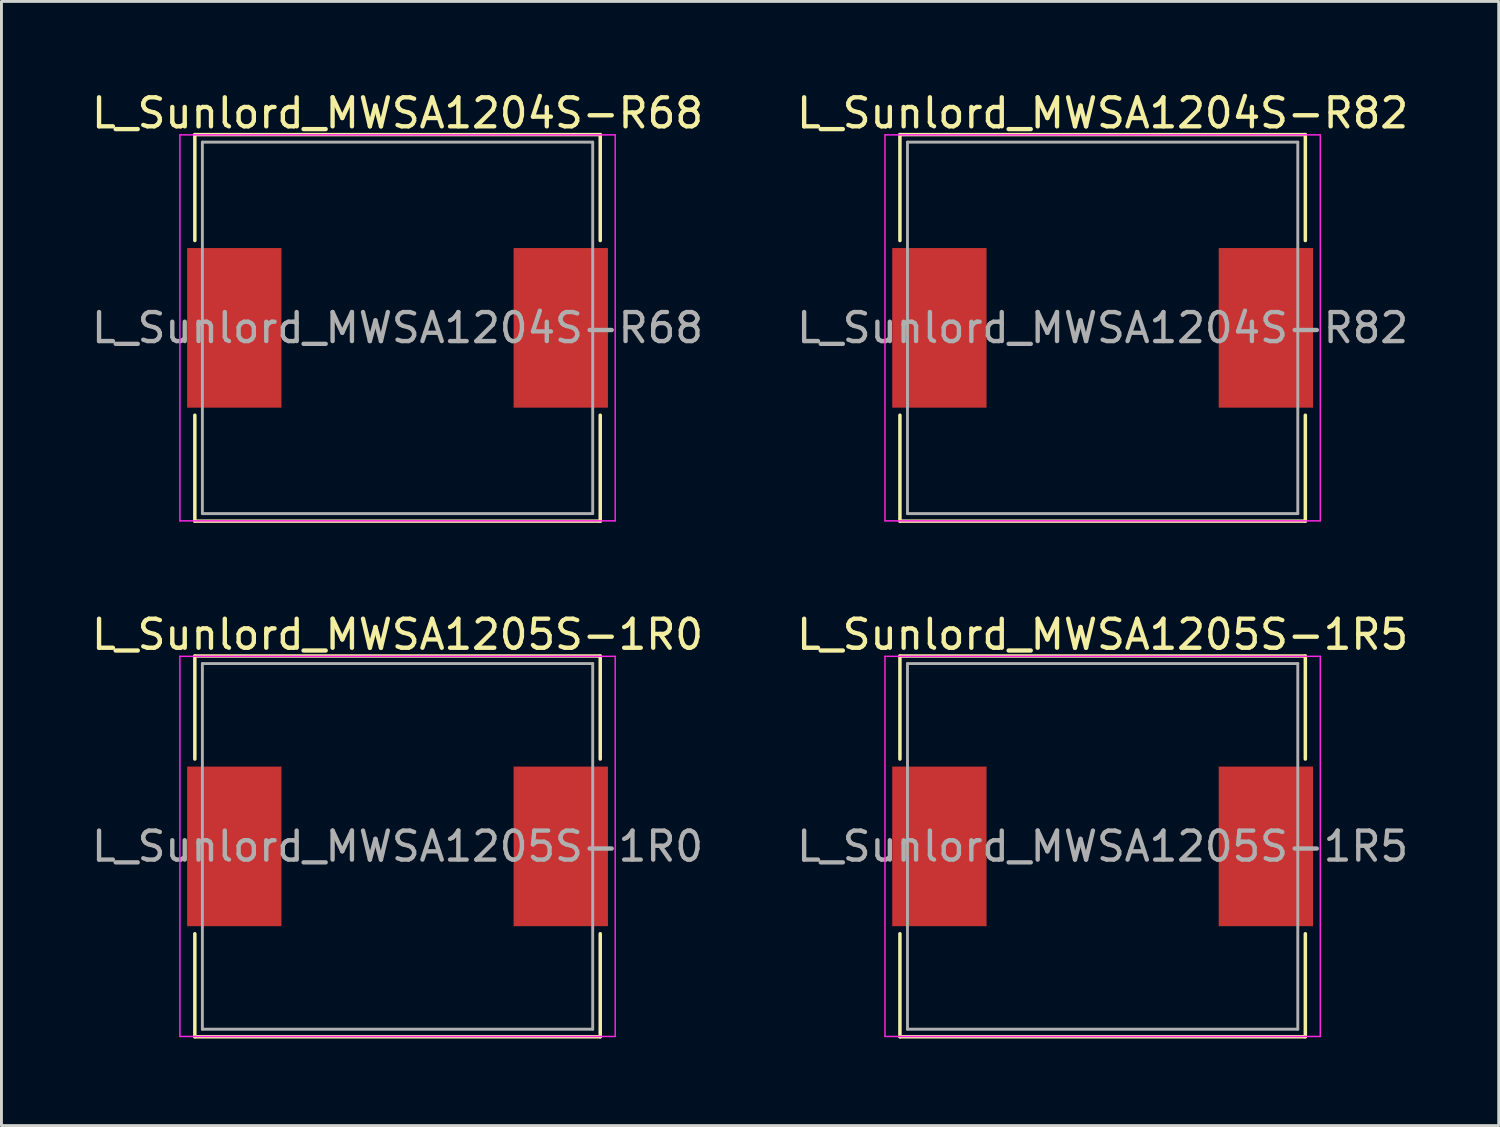
<source format=kicad_pcb>
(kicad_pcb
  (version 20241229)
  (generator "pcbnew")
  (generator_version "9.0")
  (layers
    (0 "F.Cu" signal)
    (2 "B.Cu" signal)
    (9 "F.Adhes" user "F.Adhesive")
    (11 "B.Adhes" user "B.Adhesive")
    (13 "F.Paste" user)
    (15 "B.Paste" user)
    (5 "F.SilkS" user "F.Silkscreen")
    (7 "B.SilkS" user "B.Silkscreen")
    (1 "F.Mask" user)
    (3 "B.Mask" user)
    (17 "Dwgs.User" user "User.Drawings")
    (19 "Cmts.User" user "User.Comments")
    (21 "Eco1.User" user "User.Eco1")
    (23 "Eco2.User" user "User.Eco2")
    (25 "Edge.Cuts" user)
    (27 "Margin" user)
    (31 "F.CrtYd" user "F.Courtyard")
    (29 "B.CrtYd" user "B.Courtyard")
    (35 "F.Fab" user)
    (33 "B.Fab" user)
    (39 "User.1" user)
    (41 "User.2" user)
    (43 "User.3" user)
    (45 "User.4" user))
  (footprint "L_Sunlord_MWSA1204S-R82"
    (layer "F.Cu")
    (at 34.946 8.248)
    (property "Reference" "L_Sunlord_MWSA1204S-R82" (at 0 -7.4 0) (layer "F.SilkS") (effects (font (size 1 1) (thickness 0.15))))
    (attr smd)
    (fp_line (start -6.985 -6.66) (end -6.985 -3.01) (stroke (width 0.12) (type solid)) (layer "F.SilkS"))
    (fp_line (start -6.985 -6.66) (end 6.985 -6.66) (stroke (width 0.12) (type solid)) (layer "F.SilkS"))
    (fp_line (start -6.985 6.66) (end -6.985 3.01) (stroke (width 0.12) (type solid)) (layer "F.SilkS"))
    (fp_line (start -6.985 6.66) (end 6.985 6.66) (stroke (width 0.12) (type solid)) (layer "F.SilkS"))
    (fp_line (start 6.985 -6.66) (end 6.985 -3.01) (stroke (width 0.12) (type solid)) (layer "F.SilkS"))
    (fp_line (start 6.985 6.66) (end 6.985 3.01) (stroke (width 0.12) (type solid)) (layer "F.SilkS"))
    (fp_line (start -7.5 -6.65) (end -7.5 6.65) (stroke (width 0.05) (type solid)) (layer "F.CrtYd"))
    (fp_line (start -7.5 6.65) (end 7.5 6.65) (stroke (width 0.05) (type solid)) (layer "F.CrtYd"))
    (fp_line (start 7.5 -6.65) (end -7.5 -6.65) (stroke (width 0.05) (type solid)) (layer "F.CrtYd"))
    (fp_line (start 7.5 6.65) (end 7.5 -6.65) (stroke (width 0.05) (type solid)) (layer "F.CrtYd"))
    (fp_line (start -6.725 -6.4) (end -6.725 6.4) (stroke (width 0.1) (type solid)) (layer "F.Fab"))
    (fp_line (start -6.725 6.4) (end 6.725 6.4) (stroke (width 0.1) (type solid)) (layer "F.Fab"))
    (fp_line (start 6.725 -6.4) (end -6.725 -6.4) (stroke (width 0.1) (type solid)) (layer "F.Fab"))
    (fp_line (start 6.725 6.4) (end 6.725 -6.4) (stroke (width 0.1) (type solid)) (layer "F.Fab"))
    (fp_text user "${REFERENCE}" (at 0 0 0) (layer "F.Fab") (effects (font (size 1 1) (thickness 0.15))))
    (pad "1" smd rect (at -5.625 0) (size 3.25 5.5) (layers "F.Cu" "F.Mask" "F.Paste"))
    (pad "2" smd rect (at 5.625 0) (size 3.25 5.5) (layers "F.Cu" "F.Mask" "F.Paste")))
  (footprint "L_Sunlord_MWSA1204S-R68"
    (layer "F.Cu")
    (at 10.649 8.248)
    (property "Reference" "L_Sunlord_MWSA1204S-R68" (at 0 -7.4 0) (layer "F.SilkS") (effects (font (size 1 1) (thickness 0.15))))
    (attr smd)
    (fp_line (start -6.985 -6.66) (end -6.985 -3.01) (stroke (width 0.12) (type solid)) (layer "F.SilkS"))
    (fp_line (start -6.985 -6.66) (end 6.985 -6.66) (stroke (width 0.12) (type solid)) (layer "F.SilkS"))
    (fp_line (start -6.985 6.66) (end -6.985 3.01) (stroke (width 0.12) (type solid)) (layer "F.SilkS"))
    (fp_line (start -6.985 6.66) (end 6.985 6.66) (stroke (width 0.12) (type solid)) (layer "F.SilkS"))
    (fp_line (start 6.985 -6.66) (end 6.985 -3.01) (stroke (width 0.12) (type solid)) (layer "F.SilkS"))
    (fp_line (start 6.985 6.66) (end 6.985 3.01) (stroke (width 0.12) (type solid)) (layer "F.SilkS"))
    (fp_line (start -7.5 -6.65) (end -7.5 6.65) (stroke (width 0.05) (type solid)) (layer "F.CrtYd"))
    (fp_line (start -7.5 6.65) (end 7.5 6.65) (stroke (width 0.05) (type solid)) (layer "F.CrtYd"))
    (fp_line (start 7.5 -6.65) (end -7.5 -6.65) (stroke (width 0.05) (type solid)) (layer "F.CrtYd"))
    (fp_line (start 7.5 6.65) (end 7.5 -6.65) (stroke (width 0.05) (type solid)) (layer "F.CrtYd"))
    (fp_line (start -6.725 -6.4) (end -6.725 6.4) (stroke (width 0.1) (type solid)) (layer "F.Fab"))
    (fp_line (start -6.725 6.4) (end 6.725 6.4) (stroke (width 0.1) (type solid)) (layer "F.Fab"))
    (fp_line (start 6.725 -6.4) (end -6.725 -6.4) (stroke (width 0.1) (type solid)) (layer "F.Fab"))
    (fp_line (start 6.725 6.4) (end 6.725 -6.4) (stroke (width 0.1) (type solid)) (layer "F.Fab"))
    (fp_text user "${REFERENCE}" (at 0 0 0) (layer "F.Fab") (effects (font (size 1 1) (thickness 0.15))))
    (pad "1" smd rect (at -5.625 0) (size 3.25 5.5) (layers "F.Cu" "F.Mask" "F.Paste"))
    (pad "2" smd rect (at 5.625 0) (size 3.25 5.5) (layers "F.Cu" "F.Mask" "F.Paste")))
  (footprint "L_Sunlord_MWSA1205S-1R5"
    (layer "F.Cu")
    (at 34.946 26.116)
    (property "Reference" "L_Sunlord_MWSA1205S-1R5" (at 0 -7.3 0) (layer "F.SilkS") (effects (font (size 1 1) (thickness 0.15))))
    (attr smd)
    (fp_line (start -6.985 -6.56) (end -6.985 -3.01) (stroke (width 0.12) (type solid)) (layer "F.SilkS"))
    (fp_line (start -6.985 -6.56) (end 6.985 -6.56) (stroke (width 0.12) (type solid)) (layer "F.SilkS"))
    (fp_line (start -6.985 6.56) (end -6.985 3.01) (stroke (width 0.12) (type solid)) (layer "F.SilkS"))
    (fp_line (start -6.985 6.56) (end 6.985 6.56) (stroke (width 0.12) (type solid)) (layer "F.SilkS"))
    (fp_line (start 6.985 -6.56) (end 6.985 -3.01) (stroke (width 0.12) (type solid)) (layer "F.SilkS"))
    (fp_line (start 6.985 6.56) (end 6.985 3.01) (stroke (width 0.12) (type solid)) (layer "F.SilkS"))
    (fp_line (start -7.5 -6.55) (end -7.5 6.55) (stroke (width 0.05) (type solid)) (layer "F.CrtYd"))
    (fp_line (start -7.5 6.55) (end 7.5 6.55) (stroke (width 0.05) (type solid)) (layer "F.CrtYd"))
    (fp_line (start 7.5 -6.55) (end -7.5 -6.55) (stroke (width 0.05) (type solid)) (layer "F.CrtYd"))
    (fp_line (start 7.5 6.55) (end 7.5 -6.55) (stroke (width 0.05) (type solid)) (layer "F.CrtYd"))
    (fp_line (start -6.725 -6.3) (end -6.725 6.3) (stroke (width 0.1) (type solid)) (layer "F.Fab"))
    (fp_line (start -6.725 6.3) (end 6.725 6.3) (stroke (width 0.1) (type solid)) (layer "F.Fab"))
    (fp_line (start 6.725 -6.3) (end -6.725 -6.3) (stroke (width 0.1) (type solid)) (layer "F.Fab"))
    (fp_line (start 6.725 6.3) (end 6.725 -6.3) (stroke (width 0.1) (type solid)) (layer "F.Fab"))
    (fp_text user "${REFERENCE}" (at 0 0 0) (layer "F.Fab") (effects (font (size 1 1) (thickness 0.15))))
    (pad "1" smd rect (at -5.625 0) (size 3.25 5.5) (layers "F.Cu" "F.Mask" "F.Paste"))
    (pad "2" smd rect (at 5.625 0) (size 3.25 5.5) (layers "F.Cu" "F.Mask" "F.Paste")))
  (footprint "L_Sunlord_MWSA1205S-1R0"
    (layer "F.Cu")
    (at 10.649 26.116)
    (property "Reference" "L_Sunlord_MWSA1205S-1R0" (at 0 -7.3 0) (layer "F.SilkS") (effects (font (size 1 1) (thickness 0.15))))
    (attr smd)
    (fp_line (start -6.985 -6.56) (end -6.985 -3.01) (stroke (width 0.12) (type solid)) (layer "F.SilkS"))
    (fp_line (start -6.985 -6.56) (end 6.985 -6.56) (stroke (width 0.12) (type solid)) (layer "F.SilkS"))
    (fp_line (start -6.985 6.56) (end -6.985 3.01) (stroke (width 0.12) (type solid)) (layer "F.SilkS"))
    (fp_line (start -6.985 6.56) (end 6.985 6.56) (stroke (width 0.12) (type solid)) (layer "F.SilkS"))
    (fp_line (start 6.985 -6.56) (end 6.985 -3.01) (stroke (width 0.12) (type solid)) (layer "F.SilkS"))
    (fp_line (start 6.985 6.56) (end 6.985 3.01) (stroke (width 0.12) (type solid)) (layer "F.SilkS"))
    (fp_line (start -7.5 -6.55) (end -7.5 6.55) (stroke (width 0.05) (type solid)) (layer "F.CrtYd"))
    (fp_line (start -7.5 6.55) (end 7.5 6.55) (stroke (width 0.05) (type solid)) (layer "F.CrtYd"))
    (fp_line (start 7.5 -6.55) (end -7.5 -6.55) (stroke (width 0.05) (type solid)) (layer "F.CrtYd"))
    (fp_line (start 7.5 6.55) (end 7.5 -6.55) (stroke (width 0.05) (type solid)) (layer "F.CrtYd"))
    (fp_line (start -6.725 -6.3) (end -6.725 6.3) (stroke (width 0.1) (type solid)) (layer "F.Fab"))
    (fp_line (start -6.725 6.3) (end 6.725 6.3) (stroke (width 0.1) (type solid)) (layer "F.Fab"))
    (fp_line (start 6.725 -6.3) (end -6.725 -6.3) (stroke (width 0.1) (type solid)) (layer "F.Fab"))
    (fp_line (start 6.725 6.3) (end 6.725 -6.3) (stroke (width 0.1) (type solid)) (layer "F.Fab"))
    (fp_text user "${REFERENCE}" (at 0 0 0) (layer "F.Fab") (effects (font (size 1 1) (thickness 0.15))))
    (pad "1" smd rect (at -5.625 0) (size 3.25 5.5) (layers "F.Cu" "F.Mask" "F.Paste"))
    (pad "2" smd rect (at 5.625 0) (size 3.25 5.5) (layers "F.Cu" "F.Mask" "F.Paste")))
  (gr_rect
    (start -3 -3)
    (end 48.595 35.736)
    (stroke (width 0.1) (type default))
    (fill no)
    (layer "Edge.Cuts")))
</source>
